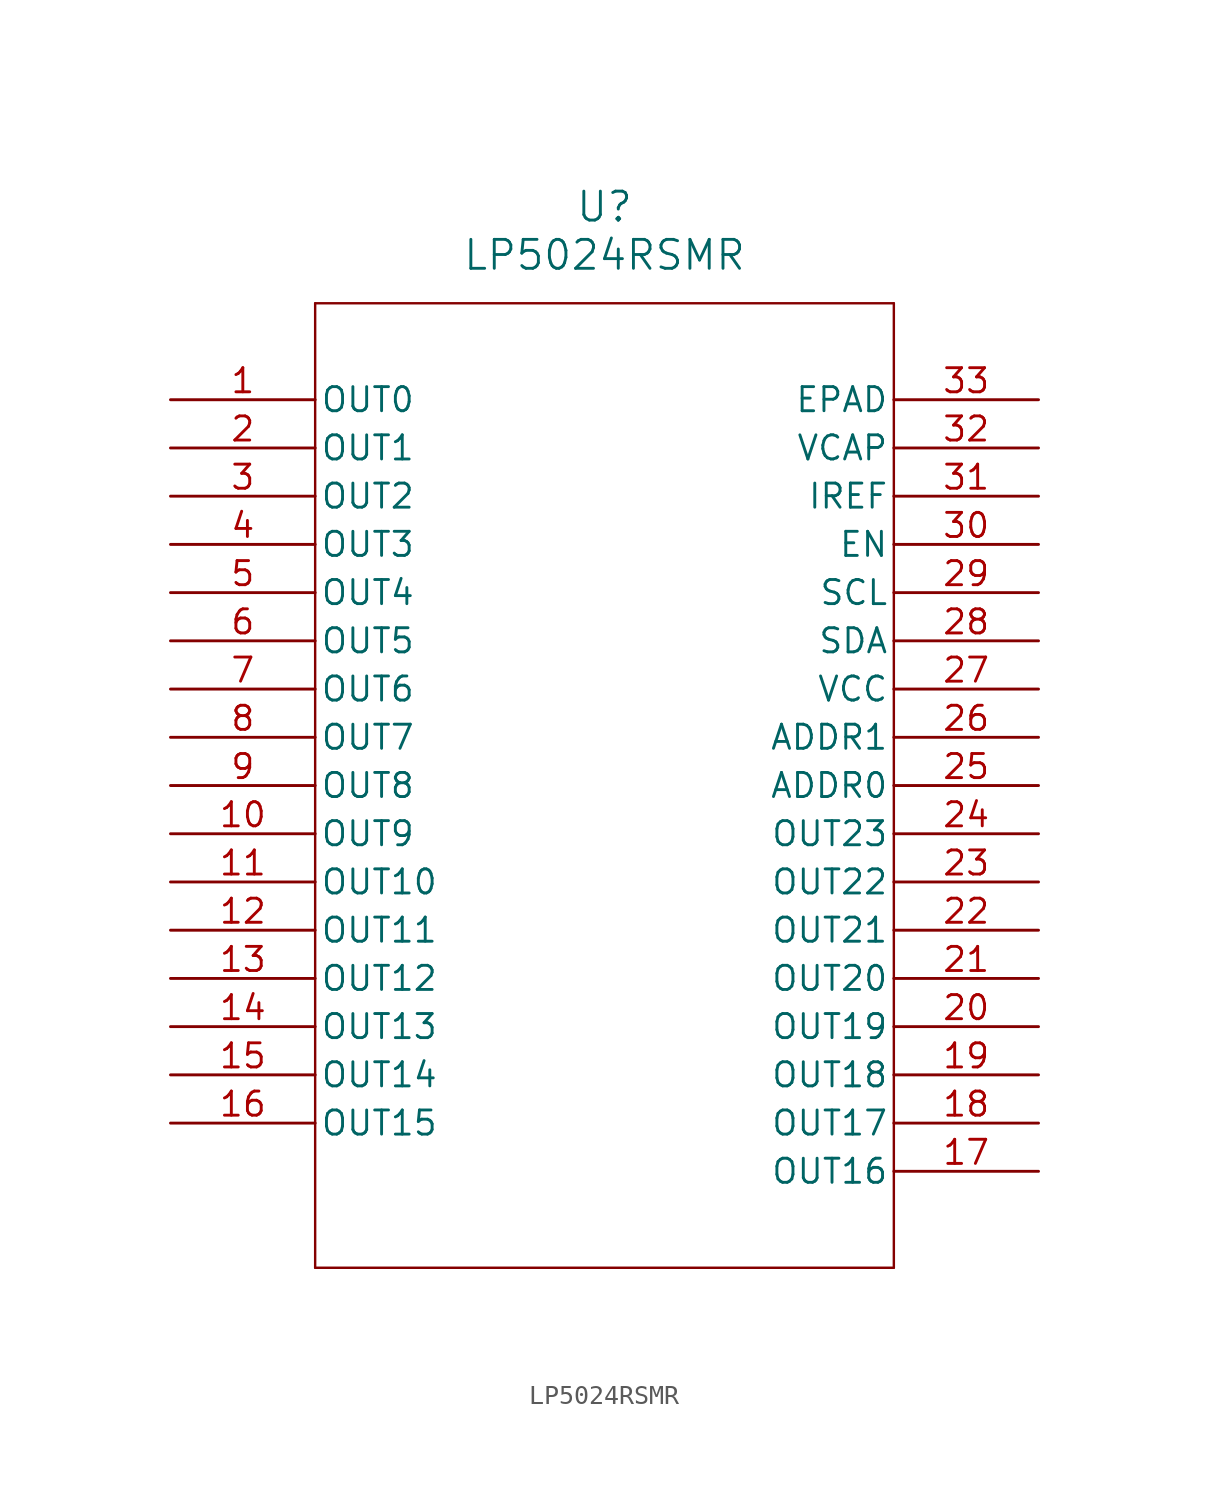
<source format=kicad_sym>
(kicad_symbol_lib
  (version 20220914)
  (generator kicad_symbol_editor)
  (symbol "LP5024RSMR"
    (pin_names
      (offset 0.254))
    (property "Reference" "U"
      (at 22.86 10.16 0)
      (effects (font (size 1.524 1.524))))
    (property "Value" "LP5024RSMR"
      (at 22.86 7.62 0)
      (effects (font (size 1.524 1.524))))
    (property "ki_locked" ""
      (at 0 0 0)
      (effects (font (size 1.27 1.27))))
    (symbol "LP5024RSMR_0_1"
      (polyline (pts (xy 7.62 -45.72) (xy 38.1 -45.72)) (stroke (width 0.127) (type default)) (fill (type none)))
      (polyline (pts (xy 7.62 5.08) (xy 7.62 -45.72)) (stroke (width 0.127) (type default)) (fill (type none)))
      (polyline (pts (xy 38.1 -45.72) (xy 38.1 5.08)) (stroke (width 0.127) (type default)) (fill (type none)))
      (polyline (pts (xy 38.1 5.08) (xy 7.62 5.08)) (stroke (width 0.127) (type default)) (fill (type none)))
      (pin output line (at 0 0 0) (length 7.62) (name "OUT0" (effects (font (size 1.27 1.27)))) (number "1" (effects (font (size 1.27 1.27)))))
      (pin output line (at 0 -22.86 0) (length 7.62) (name "OUT9" (effects (font (size 1.27 1.27)))) (number "10" (effects (font (size 1.27 1.27)))))
      (pin output line (at 0 -25.4 0) (length 7.62) (name "OUT10" (effects (font (size 1.27 1.27)))) (number "11" (effects (font (size 1.27 1.27)))))
      (pin output line (at 0 -27.94 0) (length 7.62) (name "OUT11" (effects (font (size 1.27 1.27)))) (number "12" (effects (font (size 1.27 1.27)))))
      (pin output line (at 0 -30.48 0) (length 7.62) (name "OUT12" (effects (font (size 1.27 1.27)))) (number "13" (effects (font (size 1.27 1.27)))))
      (pin output line (at 0 -33.02 0) (length 7.62) (name "OUT13" (effects (font (size 1.27 1.27)))) (number "14" (effects (font (size 1.27 1.27)))))
      (pin output line (at 0 -35.56 0) (length 7.62) (name "OUT14" (effects (font (size 1.27 1.27)))) (number "15" (effects (font (size 1.27 1.27)))))
      (pin output line (at 0 -38.1 0) (length 7.62) (name "OUT15" (effects (font (size 1.27 1.27)))) (number "16" (effects (font (size 1.27 1.27)))))
      (pin output line (at 45.72 -40.64 180) (length 7.62) (name "OUT16" (effects (font (size 1.27 1.27)))) (number "17" (effects (font (size 1.27 1.27)))))
      (pin output line (at 45.72 -38.1 180) (length 7.62) (name "OUT17" (effects (font (size 1.27 1.27)))) (number "18" (effects (font (size 1.27 1.27)))))
      (pin output line (at 45.72 -35.56 180) (length 7.62) (name "OUT18" (effects (font (size 1.27 1.27)))) (number "19" (effects (font (size 1.27 1.27)))))
      (pin output line (at 0 -2.54 0) (length 7.62) (name "OUT1" (effects (font (size 1.27 1.27)))) (number "2" (effects (font (size 1.27 1.27)))))
      (pin output line (at 45.72 -33.02 180) (length 7.62) (name "OUT19" (effects (font (size 1.27 1.27)))) (number "20" (effects (font (size 1.27 1.27)))))
      (pin output line (at 45.72 -30.48 180) (length 7.62) (name "OUT20" (effects (font (size 1.27 1.27)))) (number "21" (effects (font (size 1.27 1.27)))))
      (pin output line (at 45.72 -27.94 180) (length 7.62) (name "OUT21" (effects (font (size 1.27 1.27)))) (number "22" (effects (font (size 1.27 1.27)))))
      (pin output line (at 45.72 -25.4 180) (length 7.62) (name "OUT22" (effects (font (size 1.27 1.27)))) (number "23" (effects (font (size 1.27 1.27)))))
      (pin output line (at 45.72 -22.86 180) (length 7.62) (name "OUT23" (effects (font (size 1.27 1.27)))) (number "24" (effects (font (size 1.27 1.27)))))
      (pin unspecified line (at 45.72 -20.32 180) (length 7.62) (name "ADDR0" (effects (font (size 1.27 1.27)))) (number "25" (effects (font (size 1.27 1.27)))))
      (pin unspecified line (at 45.72 -17.78 180) (length 7.62) (name "ADDR1" (effects (font (size 1.27 1.27)))) (number "26" (effects (font (size 1.27 1.27)))))
      (pin power_in line (at 45.72 -15.24 180) (length 7.62) (name "VCC" (effects (font (size 1.27 1.27)))) (number "27" (effects (font (size 1.27 1.27)))))
      (pin bidirectional line (at 45.72 -12.7 180) (length 7.62) (name "SDA" (effects (font (size 1.27 1.27)))) (number "28" (effects (font (size 1.27 1.27)))))
      (pin input line (at 45.72 -10.16 180) (length 7.62) (name "SCL" (effects (font (size 1.27 1.27)))) (number "29" (effects (font (size 1.27 1.27)))))
      (pin output line (at 0 -5.08 0) (length 7.62) (name "OUT2" (effects (font (size 1.27 1.27)))) (number "3" (effects (font (size 1.27 1.27)))))
      (pin input line (at 45.72 -7.62 180) (length 7.62) (name "EN" (effects (font (size 1.27 1.27)))) (number "30" (effects (font (size 1.27 1.27)))))
      (pin output line (at 45.72 -5.08 180) (length 7.62) (name "IREF" (effects (font (size 1.27 1.27)))) (number "31" (effects (font (size 1.27 1.27)))))
      (pin output line (at 45.72 -2.54 180) (length 7.62) (name "VCAP" (effects (font (size 1.27 1.27)))) (number "32" (effects (font (size 1.27 1.27)))))
      (pin unspecified line (at 45.72 0 180) (length 7.62) (name "EPAD" (effects (font (size 1.27 1.27)))) (number "33" (effects (font (size 1.27 1.27)))))
      (pin output line (at 0 -7.62 0) (length 7.62) (name "OUT3" (effects (font (size 1.27 1.27)))) (number "4" (effects (font (size 1.27 1.27)))))
      (pin output line (at 0 -10.16 0) (length 7.62) (name "OUT4" (effects (font (size 1.27 1.27)))) (number "5" (effects (font (size 1.27 1.27)))))
      (pin output line (at 0 -12.7 0) (length 7.62) (name "OUT5" (effects (font (size 1.27 1.27)))) (number "6" (effects (font (size 1.27 1.27)))))
      (pin output line (at 0 -15.24 0) (length 7.62) (name "OUT6" (effects (font (size 1.27 1.27)))) (number "7" (effects (font (size 1.27 1.27)))))
      (pin output line (at 0 -17.78 0) (length 7.62) (name "OUT7" (effects (font (size 1.27 1.27)))) (number "8" (effects (font (size 1.27 1.27)))))
      (pin output line (at 0 -20.32 0) (length 7.62) (name "OUT8" (effects (font (size 1.27 1.27)))) (number "9" (effects (font (size 1.27 1.27))))))))
</source>
